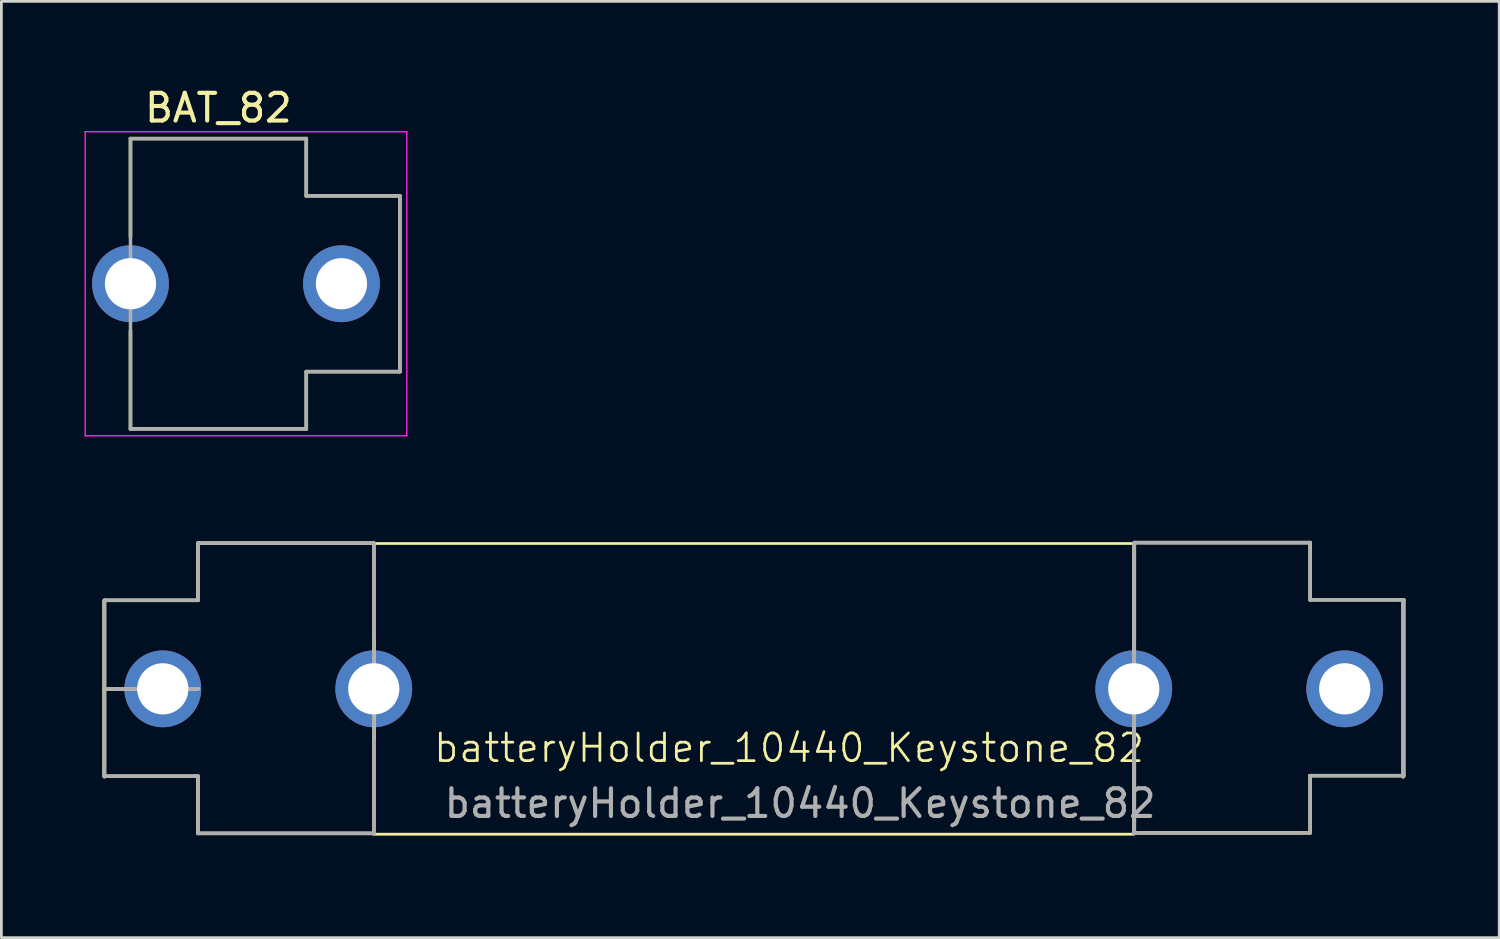
<source format=kicad_pcb>
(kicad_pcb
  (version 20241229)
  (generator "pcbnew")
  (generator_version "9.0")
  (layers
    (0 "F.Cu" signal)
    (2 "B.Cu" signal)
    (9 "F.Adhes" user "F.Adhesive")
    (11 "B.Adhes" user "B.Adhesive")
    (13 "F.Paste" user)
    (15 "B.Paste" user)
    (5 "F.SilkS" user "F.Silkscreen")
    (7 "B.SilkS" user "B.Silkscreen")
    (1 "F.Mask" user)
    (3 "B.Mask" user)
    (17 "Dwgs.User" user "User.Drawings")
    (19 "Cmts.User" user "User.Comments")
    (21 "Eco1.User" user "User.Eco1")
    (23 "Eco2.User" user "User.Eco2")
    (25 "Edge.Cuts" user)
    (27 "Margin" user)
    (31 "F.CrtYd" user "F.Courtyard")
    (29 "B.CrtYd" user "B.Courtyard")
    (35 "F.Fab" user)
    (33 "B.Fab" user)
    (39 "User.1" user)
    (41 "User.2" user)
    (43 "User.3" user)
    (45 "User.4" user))
  (footprint "batteryHolder_10440_Keystone_82"
    (layer "F.Cu")
    (at 25.25 21.766)
    (property "Reference" "batteryHolder_10440_Keystone_82" (at 0.2 2.2 0) (unlocked yes) (layer "F.SilkS") (effects (font (size 1 1) (thickness 0.1))))
    (attr through_hole)
    (fp_line (start -24.53 -3.133) (end -21.15 -3.133) (stroke (width 0.127) (type solid)) (layer "F.SilkS"))
    (fp_line (start -24.53 0.064) (end -21.15 0.064) (stroke (width 0.127) (type solid)) (layer "F.SilkS"))
    (fp_line (start -24.53 3.217) (end -24.53 -3.133) (stroke (width 0.127) (type solid)) (layer "F.SilkS"))
    (fp_line (start -24.53 3.239) (end -24.53 -3.111) (stroke (width 0.127) (type solid)) (layer "F.SilkS"))
    (fp_line (start -21.15 -5.2) (end -14.8 -5.2) (stroke (width 0.127) (type solid)) (layer "F.SilkS"))
    (fp_line (start -21.15 -3.133) (end -21.15 -5.2) (stroke (width 0.127) (type solid)) (layer "F.SilkS"))
    (fp_line (start -21.15 0.064) (end -24.53 0.064) (stroke (width 0.127) (type solid)) (layer "F.SilkS"))
    (fp_line (start -21.15 3.217) (end -24.53 3.217) (stroke (width 0.127) (type solid)) (layer "F.SilkS"))
    (fp_line (start -21.15 5.285) (end -21.15 3.217) (stroke (width 0.127) (type solid)) (layer "F.SilkS"))
    (fp_line (start -14.8 -5.2) (end -14.8 -1.659) (stroke (width 0.127) (type solid)) (layer "F.SilkS"))
    (fp_line (start -14.8 -1.707) (end -14.8 1.835) (stroke (width 0.127) (type solid)) (layer "F.SilkS"))
    (fp_line (start -14.8 -1.707) (end -14.8 1.835) (stroke (width 0.127) (type solid)) (layer "F.SilkS"))
    (fp_line (start -14.8 1.743) (end -14.8 5.285) (stroke (width 0.127) (type solid)) (layer "F.SilkS"))
    (fp_line (start -14.8 5.285) (end -21.15 5.285) (stroke (width 0.127) (type solid)) (layer "F.SilkS"))
    (fp_line (start 12.65 1.835) (end 12.65 -1.707) (stroke (width 0.127) (type solid)) (layer "F.SilkS"))
    (fp_line (start 12.65 1.835) (end 12.65 -1.707) (stroke (width 0.127) (type solid)) (layer "F.SilkS"))
    (fp_line (start 12.67 -5.217) (end 19.02 -5.217) (stroke (width 0.127) (type solid)) (layer "F.SilkS"))
    (fp_line (start 12.67 -1.676) (end 12.67 -5.217) (stroke (width 0.127) (type solid)) (layer "F.SilkS"))
    (fp_line (start 12.67 5.267) (end 12.67 1.726) (stroke (width 0.127) (type solid)) (layer "F.SilkS"))
    (fp_line (start 19.02 -5.217) (end 19.02 -3.15) (stroke (width 0.127) (type solid)) (layer "F.SilkS"))
    (fp_line (start 19.02 -3.15) (end 22.4 -3.15) (stroke (width 0.127) (type solid)) (layer "F.SilkS"))
    (fp_line (start 19.02 3.2) (end 19.02 5.267) (stroke (width 0.127) (type solid)) (layer "F.SilkS"))
    (fp_line (start 19.02 5.267) (end 12.67 5.267) (stroke (width 0.127) (type solid)) (layer "F.SilkS"))
    (fp_line (start 22.38 -3.111) (end 22.38 3.239) (stroke (width 0.127) (type solid)) (layer "F.SilkS"))
    (fp_line (start 22.4 -3.15) (end 22.4 3.2) (stroke (width 0.127) (type solid)) (layer "F.SilkS"))
    (fp_line (start 22.4 3.2) (end 19.02 3.2) (stroke (width 0.127) (type solid)) (layer "F.SilkS"))
    (fp_rect (start -14.8 -5.186) (end 12.65 5.314) (stroke (width 0.1) (type default)) (fill no) (layer "F.SilkS"))
    (fp_rect (start -25.2 -6) (end 22.8 6) (stroke (width 0.1) (type default)) (fill no) (layer "Margin"))
    (fp_line (start -24.53 -3.133) (end -21.15 -3.133) (stroke (width 0.127) (type solid)) (layer "F.Fab"))
    (fp_line (start -24.53 0.064) (end -21.15 0.064) (stroke (width 0.127) (type solid)) (layer "F.Fab"))
    (fp_line (start -24.53 3.217) (end -24.53 -3.133) (stroke (width 0.127) (type solid)) (layer "F.Fab"))
    (fp_line (start -24.53 3.239) (end -24.53 -3.111) (stroke (width 0.127) (type solid)) (layer "F.Fab"))
    (fp_line (start -21.15 -5.2) (end -14.8 -5.2) (stroke (width 0.127) (type solid)) (layer "F.Fab"))
    (fp_line (start -21.15 -3.133) (end -21.15 -5.2) (stroke (width 0.127) (type solid)) (layer "F.Fab"))
    (fp_line (start -21.15 0.064) (end -24.53 0.064) (stroke (width 0.127) (type solid)) (layer "F.Fab"))
    (fp_line (start -21.15 3.217) (end -24.53 3.217) (stroke (width 0.127) (type solid)) (layer "F.Fab"))
    (fp_line (start -21.15 5.285) (end -21.15 3.217) (stroke (width 0.127) (type solid)) (layer "F.Fab"))
    (fp_line (start -14.8 -5.2) (end -14.8 5.285) (stroke (width 0.127) (type solid)) (layer "F.Fab"))
    (fp_line (start -14.8 -5.178) (end -14.8 5.306) (stroke (width 0.127) (type solid)) (layer "F.Fab"))
    (fp_line (start -14.8 5.285) (end -21.15 5.285) (stroke (width 0.127) (type solid)) (layer "F.Fab"))
    (fp_line (start 12.65 5.306) (end 12.65 -5.178) (stroke (width 0.127) (type solid)) (layer "F.Fab"))
    (fp_line (start 12.67 -5.217) (end 19.02 -5.217) (stroke (width 0.127) (type solid)) (layer "F.Fab"))
    (fp_line (start 12.67 5.267) (end 12.67 -5.217) (stroke (width 0.127) (type solid)) (layer "F.Fab"))
    (fp_line (start 19.02 -5.217) (end 19.02 -3.15) (stroke (width 0.127) (type solid)) (layer "F.Fab"))
    (fp_line (start 19.02 -3.15) (end 22.4 -3.15) (stroke (width 0.127) (type solid)) (layer "F.Fab"))
    (fp_line (start 19.02 3.2) (end 19.02 5.267) (stroke (width 0.127) (type solid)) (layer "F.Fab"))
    (fp_line (start 19.02 5.267) (end 12.67 5.267) (stroke (width 0.127) (type solid)) (layer "F.Fab"))
    (fp_line (start 22.38 -3.111) (end 22.38 3.239) (stroke (width 0.127) (type solid)) (layer "F.Fab"))
    (fp_line (start 22.4 -3.15) (end 22.4 3.2) (stroke (width 0.127) (type solid)) (layer "F.Fab"))
    (fp_line (start 22.4 3.2) (end 19.02 3.2) (stroke (width 0.127) (type solid)) (layer "F.Fab"))
    (fp_text user "${REFERENCE}" (at 0.6 4.2 0) (unlocked yes) (layer "F.Fab") (effects (font (size 1 1) (thickness 0.15))))
    (pad "1_1" thru_hole circle (at -14.8 0.064 180) (size 2.775 2.775) (drill 1.85) (layers "*.Cu" "*.Mask"))
    (pad "1_2" thru_hole circle (at -22.42 0.064 180) (size 2.775 2.775) (drill 1.85) (layers "*.Cu" "*.Mask"))
    (pad "2_1" thru_hole circle (at 12.65 0.064) (size 2.775 2.775) (drill 1.85) (layers "*.Cu" "*.Mask"))
    (pad "2_2" thru_hole circle (at 20.27 0.064) (size 2.775 2.775) (drill 1.85) (layers "*.Cu" "*.Mask")))
  (footprint "BAT_82"
    (layer "F.Cu")
    (at 5.473 7.198)
    (property "Reference" "BAT_82" (at -0.635 -6.35 0) (layer "F.SilkS") (effects (font (size 1 1) (thickness 0.15))))
    (attr through_hole)
    (fp_line (start -3.81 -5.242) (end 2.54 -5.242) (stroke (width 0.127) (type solid)) (layer "F.SilkS"))
    (fp_line (start -3.81 -1.701) (end -3.81 -5.242) (stroke (width 0.127) (type solid)) (layer "F.SilkS"))
    (fp_line (start -3.81 5.242) (end -3.81 1.701) (stroke (width 0.127) (type solid)) (layer "F.SilkS"))
    (fp_line (start 2.54 -5.242) (end 2.54 -3.175) (stroke (width 0.127) (type solid)) (layer "F.SilkS"))
    (fp_line (start 2.54 -3.175) (end 5.92 -3.175) (stroke (width 0.127) (type solid)) (layer "F.SilkS"))
    (fp_line (start 2.54 3.175) (end 2.54 5.242) (stroke (width 0.127) (type solid)) (layer "F.SilkS"))
    (fp_line (start 2.54 5.242) (end -3.81 5.242) (stroke (width 0.127) (type solid)) (layer "F.SilkS"))
    (fp_line (start 5.92 -3.175) (end 5.92 3.175) (stroke (width 0.127) (type solid)) (layer "F.SilkS"))
    (fp_line (start 5.92 3.175) (end 2.54 3.175) (stroke (width 0.127) (type solid)) (layer "F.SilkS"))
    (fp_line (start -5.447 -5.492) (end 6.17 -5.492) (stroke (width 0.05) (type solid)) (layer "F.CrtYd"))
    (fp_line (start -5.447 5.492) (end -5.447 -5.492) (stroke (width 0.05) (type solid)) (layer "F.CrtYd"))
    (fp_line (start 6.17 -5.492) (end 6.17 5.492) (stroke (width 0.05) (type solid)) (layer "F.CrtYd"))
    (fp_line (start 6.17 5.492) (end -5.447 5.492) (stroke (width 0.05) (type solid)) (layer "F.CrtYd"))
    (fp_line (start -3.81 -5.242) (end 2.54 -5.242) (stroke (width 0.127) (type solid)) (layer "F.Fab"))
    (fp_line (start -3.81 5.242) (end -3.81 -5.242) (stroke (width 0.127) (type solid)) (layer "F.Fab"))
    (fp_line (start 2.54 -5.242) (end 2.54 -3.175) (stroke (width 0.127) (type solid)) (layer "F.Fab"))
    (fp_line (start 2.54 -3.175) (end 5.92 -3.175) (stroke (width 0.127) (type solid)) (layer "F.Fab"))
    (fp_line (start 2.54 3.175) (end 2.54 5.242) (stroke (width 0.127) (type solid)) (layer "F.Fab"))
    (fp_line (start 2.54 5.242) (end -3.81 5.242) (stroke (width 0.127) (type solid)) (layer "F.Fab"))
    (fp_line (start 5.92 -3.175) (end 5.92 3.175) (stroke (width 0.127) (type solid)) (layer "F.Fab"))
    (fp_line (start 5.92 3.175) (end 2.54 3.175) (stroke (width 0.127) (type solid)) (layer "F.Fab"))
    (pad "1_1" thru_hole circle (at -3.81 0) (size 2.775 2.775) (drill 1.85) (layers "*.Cu" "*.Mask"))
    (pad "1_2" thru_hole circle (at 3.81 0) (size 2.775 2.775) (drill 1.85) (layers "*.Cu" "*.Mask")))
  (gr_rect
    (start -3 -3)
    (end 51.1 30.816)
    (stroke (width 0.1) (type default))
    (fill no)
    (layer "Edge.Cuts")))
</source>
